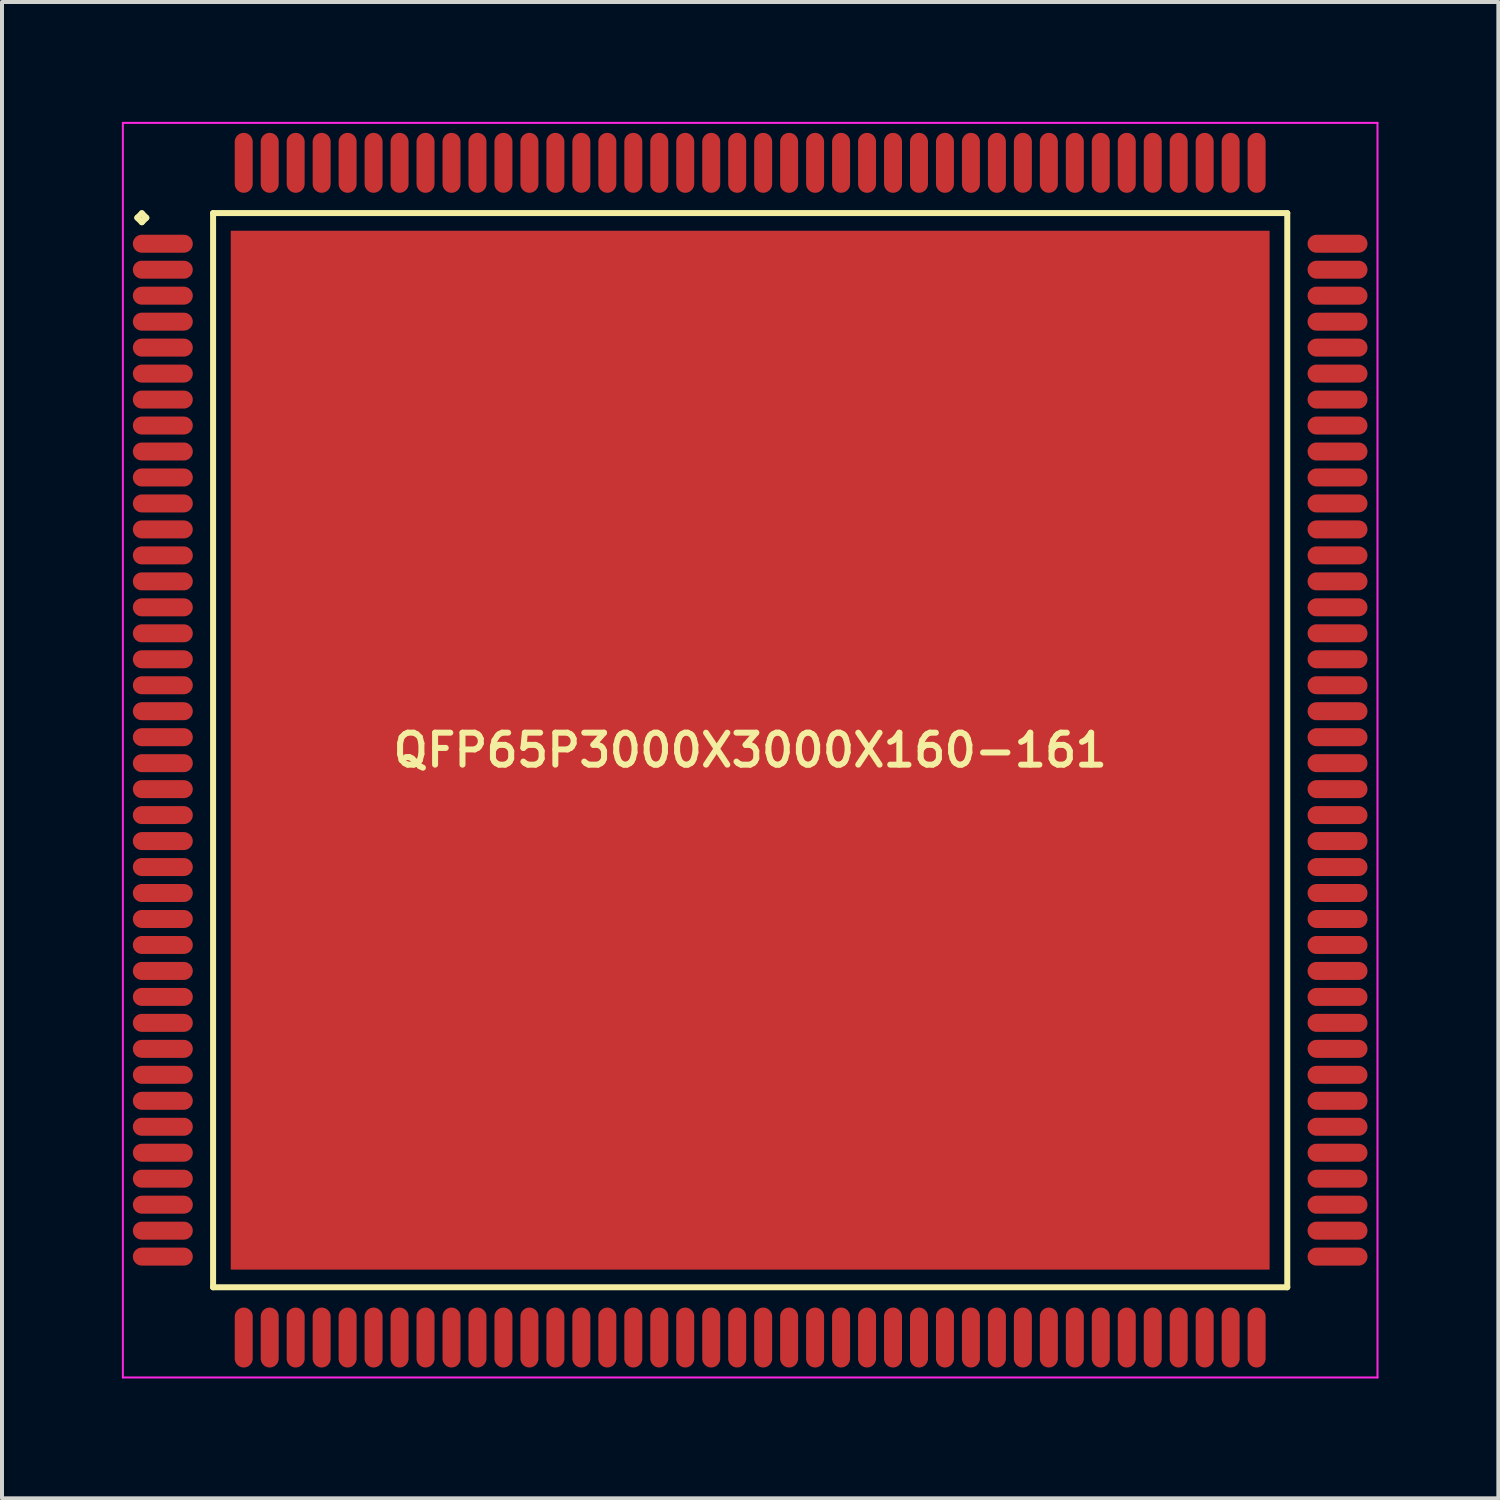
<source format=kicad_pcb>
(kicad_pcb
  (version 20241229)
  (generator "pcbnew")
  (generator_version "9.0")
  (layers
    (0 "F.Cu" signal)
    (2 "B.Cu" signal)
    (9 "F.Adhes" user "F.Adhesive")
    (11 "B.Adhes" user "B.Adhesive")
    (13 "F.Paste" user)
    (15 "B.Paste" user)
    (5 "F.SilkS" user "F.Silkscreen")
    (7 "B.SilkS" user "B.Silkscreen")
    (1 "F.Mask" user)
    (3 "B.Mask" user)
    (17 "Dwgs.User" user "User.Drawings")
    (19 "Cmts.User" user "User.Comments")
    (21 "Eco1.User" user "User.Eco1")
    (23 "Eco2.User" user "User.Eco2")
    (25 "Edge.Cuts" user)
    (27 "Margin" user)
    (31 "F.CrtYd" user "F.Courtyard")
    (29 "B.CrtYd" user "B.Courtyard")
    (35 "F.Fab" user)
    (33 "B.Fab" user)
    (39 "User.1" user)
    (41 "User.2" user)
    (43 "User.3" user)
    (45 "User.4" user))
  (footprint "QFP65P3000X3000X160-161"
    (layer "F.Cu")
    (at 15.725 15.725)
    (property "Reference" "QFP65P3000X3000X160-161" (at 0 0 0) (layer "F.SilkS") (effects (font (size 0.8 0.8) (thickness 0.15))))
    (attr smd)
    (fp_line (start -15.338 -13.325) (end -15.225 -13.438) (stroke (width 0.15) (type solid)) (layer "F.SilkS"))
    (fp_line (start -15.225 -13.438) (end -15.113 -13.325) (stroke (width 0.15) (type solid)) (layer "F.SilkS"))
    (fp_line (start -15.225 -13.213) (end -15.338 -13.325) (stroke (width 0.15) (type solid)) (layer "F.SilkS"))
    (fp_line (start -15.113 -13.325) (end -15.225 -13.213) (stroke (width 0.15) (type solid)) (layer "F.SilkS"))
    (fp_line (start -13.442 -13.442) (end -13.442 13.442) (stroke (width 0.15) (type solid)) (layer "F.SilkS"))
    (fp_line (start -13.442 13.442) (end 13.442 13.442) (stroke (width 0.15) (type solid)) (layer "F.SilkS"))
    (fp_line (start 13.442 -13.442) (end -13.442 -13.442) (stroke (width 0.15) (type solid)) (layer "F.SilkS"))
    (fp_line (start 13.442 13.442) (end 13.442 -13.442) (stroke (width 0.15) (type solid)) (layer "F.SilkS"))
    (fp_line (start -15.7 -15.7) (end 15.7 -15.7) (stroke (width 0.05) (type solid)) (layer "F.CrtYd"))
    (fp_line (start -15.7 15.7) (end -15.7 -15.7) (stroke (width 0.05) (type solid)) (layer "F.CrtYd"))
    (fp_line (start 15.7 -15.7) (end 15.7 15.7) (stroke (width 0.05) (type solid)) (layer "F.CrtYd"))
    (fp_line (start 15.7 15.7) (end -15.7 15.7) (stroke (width 0.05) (type solid)) (layer "F.CrtYd"))
    (pad "1" smd oval (at -14.7 -12.675) (size 1.5 0.45) (layers "F.Cu" "F.Mask" "F.Paste"))
    (pad "2" smd oval (at -14.7 -12.025) (size 1.5 0.45) (layers "F.Cu" "F.Mask" "F.Paste"))
    (pad "3" smd oval (at -14.7 -11.375) (size 1.5 0.45) (layers "F.Cu" "F.Mask" "F.Paste"))
    (pad "4" smd oval (at -14.7 -10.725) (size 1.5 0.45) (layers "F.Cu" "F.Mask" "F.Paste"))
    (pad "5" smd oval (at -14.7 -10.075) (size 1.5 0.45) (layers "F.Cu" "F.Mask" "F.Paste"))
    (pad "6" smd oval (at -14.7 -9.425) (size 1.5 0.45) (layers "F.Cu" "F.Mask" "F.Paste"))
    (pad "7" smd oval (at -14.7 -8.775) (size 1.5 0.45) (layers "F.Cu" "F.Mask" "F.Paste"))
    (pad "8" smd oval (at -14.7 -8.125) (size 1.5 0.45) (layers "F.Cu" "F.Mask" "F.Paste"))
    (pad "9" smd oval (at -14.7 -7.475) (size 1.5 0.45) (layers "F.Cu" "F.Mask" "F.Paste"))
    (pad "10" smd oval (at -14.7 -6.825) (size 1.5 0.45) (layers "F.Cu" "F.Mask" "F.Paste"))
    (pad "11" smd oval (at -14.7 -6.175) (size 1.5 0.45) (layers "F.Cu" "F.Mask" "F.Paste"))
    (pad "12" smd oval (at -14.7 -5.525) (size 1.5 0.45) (layers "F.Cu" "F.Mask" "F.Paste"))
    (pad "13" smd oval (at -14.7 -4.875) (size 1.5 0.45) (layers "F.Cu" "F.Mask" "F.Paste"))
    (pad "14" smd oval (at -14.7 -4.225) (size 1.5 0.45) (layers "F.Cu" "F.Mask" "F.Paste"))
    (pad "15" smd oval (at -14.7 -3.575) (size 1.5 0.45) (layers "F.Cu" "F.Mask" "F.Paste"))
    (pad "16" smd oval (at -14.7 -2.925) (size 1.5 0.45) (layers "F.Cu" "F.Mask" "F.Paste"))
    (pad "17" smd oval (at -14.7 -2.275) (size 1.5 0.45) (layers "F.Cu" "F.Mask" "F.Paste"))
    (pad "18" smd oval (at -14.7 -1.625) (size 1.5 0.45) (layers "F.Cu" "F.Mask" "F.Paste"))
    (pad "19" smd oval (at -14.7 -0.975) (size 1.5 0.45) (layers "F.Cu" "F.Mask" "F.Paste"))
    (pad "20" smd oval (at -14.7 -0.325) (size 1.5 0.45) (layers "F.Cu" "F.Mask" "F.Paste"))
    (pad "21" smd oval (at -14.7 0.325) (size 1.5 0.45) (layers "F.Cu" "F.Mask" "F.Paste"))
    (pad "22" smd oval (at -14.7 0.975) (size 1.5 0.45) (layers "F.Cu" "F.Mask" "F.Paste"))
    (pad "23" smd oval (at -14.7 1.625) (size 1.5 0.45) (layers "F.Cu" "F.Mask" "F.Paste"))
    (pad "24" smd oval (at -14.7 2.275) (size 1.5 0.45) (layers "F.Cu" "F.Mask" "F.Paste"))
    (pad "25" smd oval (at -14.7 2.925) (size 1.5 0.45) (layers "F.Cu" "F.Mask" "F.Paste"))
    (pad "26" smd oval (at -14.7 3.575) (size 1.5 0.45) (layers "F.Cu" "F.Mask" "F.Paste"))
    (pad "27" smd oval (at -14.7 4.225) (size 1.5 0.45) (layers "F.Cu" "F.Mask" "F.Paste"))
    (pad "28" smd oval (at -14.7 4.875) (size 1.5 0.45) (layers "F.Cu" "F.Mask" "F.Paste"))
    (pad "29" smd oval (at -14.7 5.525) (size 1.5 0.45) (layers "F.Cu" "F.Mask" "F.Paste"))
    (pad "30" smd oval (at -14.7 6.175) (size 1.5 0.45) (layers "F.Cu" "F.Mask" "F.Paste"))
    (pad "31" smd oval (at -14.7 6.825) (size 1.5 0.45) (layers "F.Cu" "F.Mask" "F.Paste"))
    (pad "32" smd oval (at -14.7 7.475) (size 1.5 0.45) (layers "F.Cu" "F.Mask" "F.Paste"))
    (pad "33" smd oval (at -14.7 8.125) (size 1.5 0.45) (layers "F.Cu" "F.Mask" "F.Paste"))
    (pad "34" smd oval (at -14.7 8.775) (size 1.5 0.45) (layers "F.Cu" "F.Mask" "F.Paste"))
    (pad "35" smd oval (at -14.7 9.425) (size 1.5 0.45) (layers "F.Cu" "F.Mask" "F.Paste"))
    (pad "36" smd oval (at -14.7 10.075) (size 1.5 0.45) (layers "F.Cu" "F.Mask" "F.Paste"))
    (pad "37" smd oval (at -14.7 10.725) (size 1.5 0.45) (layers "F.Cu" "F.Mask" "F.Paste"))
    (pad "38" smd oval (at -14.7 11.375) (size 1.5 0.45) (layers "F.Cu" "F.Mask" "F.Paste"))
    (pad "39" smd oval (at -14.7 12.025) (size 1.5 0.45) (layers "F.Cu" "F.Mask" "F.Paste"))
    (pad "40" smd oval (at -14.7 12.675) (size 1.5 0.45) (layers "F.Cu" "F.Mask" "F.Paste"))
    (pad "41" smd oval (at -12.675 14.7) (size 0.45 1.5) (layers "F.Cu" "F.Mask" "F.Paste"))
    (pad "42" smd oval (at -12.025 14.7) (size 0.45 1.5) (layers "F.Cu" "F.Mask" "F.Paste"))
    (pad "43" smd oval (at -11.375 14.7) (size 0.45 1.5) (layers "F.Cu" "F.Mask" "F.Paste"))
    (pad "44" smd oval (at -10.725 14.7) (size 0.45 1.5) (layers "F.Cu" "F.Mask" "F.Paste"))
    (pad "45" smd oval (at -10.075 14.7) (size 0.45 1.5) (layers "F.Cu" "F.Mask" "F.Paste"))
    (pad "46" smd oval (at -9.425 14.7) (size 0.45 1.5) (layers "F.Cu" "F.Mask" "F.Paste"))
    (pad "47" smd oval (at -8.775 14.7) (size 0.45 1.5) (layers "F.Cu" "F.Mask" "F.Paste"))
    (pad "48" smd oval (at -8.125 14.7) (size 0.45 1.5) (layers "F.Cu" "F.Mask" "F.Paste"))
    (pad "49" smd oval (at -7.475 14.7) (size 0.45 1.5) (layers "F.Cu" "F.Mask" "F.Paste"))
    (pad "50" smd oval (at -6.825 14.7) (size 0.45 1.5) (layers "F.Cu" "F.Mask" "F.Paste"))
    (pad "51" smd oval (at -6.175 14.7) (size 0.45 1.5) (layers "F.Cu" "F.Mask" "F.Paste"))
    (pad "52" smd oval (at -5.525 14.7) (size 0.45 1.5) (layers "F.Cu" "F.Mask" "F.Paste"))
    (pad "53" smd oval (at -4.875 14.7) (size 0.45 1.5) (layers "F.Cu" "F.Mask" "F.Paste"))
    (pad "54" smd oval (at -4.225 14.7) (size 0.45 1.5) (layers "F.Cu" "F.Mask" "F.Paste"))
    (pad "55" smd oval (at -3.575 14.7) (size 0.45 1.5) (layers "F.Cu" "F.Mask" "F.Paste"))
    (pad "56" smd oval (at -2.925 14.7) (size 0.45 1.5) (layers "F.Cu" "F.Mask" "F.Paste"))
    (pad "57" smd oval (at -2.275 14.7) (size 0.45 1.5) (layers "F.Cu" "F.Mask" "F.Paste"))
    (pad "58" smd oval (at -1.625 14.7) (size 0.45 1.5) (layers "F.Cu" "F.Mask" "F.Paste"))
    (pad "59" smd oval (at -0.975 14.7) (size 0.45 1.5) (layers "F.Cu" "F.Mask" "F.Paste"))
    (pad "60" smd oval (at -0.325 14.7) (size 0.45 1.5) (layers "F.Cu" "F.Mask" "F.Paste"))
    (pad "61" smd oval (at 0.325 14.7) (size 0.45 1.5) (layers "F.Cu" "F.Mask" "F.Paste"))
    (pad "62" smd oval (at 0.975 14.7) (size 0.45 1.5) (layers "F.Cu" "F.Mask" "F.Paste"))
    (pad "63" smd oval (at 1.625 14.7) (size 0.45 1.5) (layers "F.Cu" "F.Mask" "F.Paste"))
    (pad "64" smd oval (at 2.275 14.7) (size 0.45 1.5) (layers "F.Cu" "F.Mask" "F.Paste"))
    (pad "65" smd oval (at 2.925 14.7) (size 0.45 1.5) (layers "F.Cu" "F.Mask" "F.Paste"))
    (pad "66" smd oval (at 3.575 14.7) (size 0.45 1.5) (layers "F.Cu" "F.Mask" "F.Paste"))
    (pad "67" smd oval (at 4.225 14.7) (size 0.45 1.5) (layers "F.Cu" "F.Mask" "F.Paste"))
    (pad "68" smd oval (at 4.875 14.7) (size 0.45 1.5) (layers "F.Cu" "F.Mask" "F.Paste"))
    (pad "69" smd oval (at 5.525 14.7) (size 0.45 1.5) (layers "F.Cu" "F.Mask" "F.Paste"))
    (pad "70" smd oval (at 6.175 14.7) (size 0.45 1.5) (layers "F.Cu" "F.Mask" "F.Paste"))
    (pad "71" smd oval (at 6.825 14.7) (size 0.45 1.5) (layers "F.Cu" "F.Mask" "F.Paste"))
    (pad "72" smd oval (at 7.475 14.7) (size 0.45 1.5) (layers "F.Cu" "F.Mask" "F.Paste"))
    (pad "73" smd oval (at 8.125 14.7) (size 0.45 1.5) (layers "F.Cu" "F.Mask" "F.Paste"))
    (pad "74" smd oval (at 8.775 14.7) (size 0.45 1.5) (layers "F.Cu" "F.Mask" "F.Paste"))
    (pad "75" smd oval (at 9.425 14.7) (size 0.45 1.5) (layers "F.Cu" "F.Mask" "F.Paste"))
    (pad "76" smd oval (at 10.075 14.7) (size 0.45 1.5) (layers "F.Cu" "F.Mask" "F.Paste"))
    (pad "77" smd oval (at 10.725 14.7) (size 0.45 1.5) (layers "F.Cu" "F.Mask" "F.Paste"))
    (pad "78" smd oval (at 11.375 14.7) (size 0.45 1.5) (layers "F.Cu" "F.Mask" "F.Paste"))
    (pad "79" smd oval (at 12.025 14.7) (size 0.45 1.5) (layers "F.Cu" "F.Mask" "F.Paste"))
    (pad "80" smd oval (at 12.675 14.7) (size 0.45 1.5) (layers "F.Cu" "F.Mask" "F.Paste"))
    (pad "81" smd oval (at 14.7 12.675) (size 1.5 0.45) (layers "F.Cu" "F.Mask" "F.Paste"))
    (pad "82" smd oval (at 14.7 12.025) (size 1.5 0.45) (layers "F.Cu" "F.Mask" "F.Paste"))
    (pad "83" smd oval (at 14.7 11.375) (size 1.5 0.45) (layers "F.Cu" "F.Mask" "F.Paste"))
    (pad "84" smd oval (at 14.7 10.725) (size 1.5 0.45) (layers "F.Cu" "F.Mask" "F.Paste"))
    (pad "85" smd oval (at 14.7 10.075) (size 1.5 0.45) (layers "F.Cu" "F.Mask" "F.Paste"))
    (pad "86" smd oval (at 14.7 9.425) (size 1.5 0.45) (layers "F.Cu" "F.Mask" "F.Paste"))
    (pad "87" smd oval (at 14.7 8.775) (size 1.5 0.45) (layers "F.Cu" "F.Mask" "F.Paste"))
    (pad "88" smd oval (at 14.7 8.125) (size 1.5 0.45) (layers "F.Cu" "F.Mask" "F.Paste"))
    (pad "89" smd oval (at 14.7 7.475) (size 1.5 0.45) (layers "F.Cu" "F.Mask" "F.Paste"))
    (pad "90" smd oval (at 14.7 6.825) (size 1.5 0.45) (layers "F.Cu" "F.Mask" "F.Paste"))
    (pad "91" smd oval (at 14.7 6.175) (size 1.5 0.45) (layers "F.Cu" "F.Mask" "F.Paste"))
    (pad "92" smd oval (at 14.7 5.525) (size 1.5 0.45) (layers "F.Cu" "F.Mask" "F.Paste"))
    (pad "93" smd oval (at 14.7 4.875) (size 1.5 0.45) (layers "F.Cu" "F.Mask" "F.Paste"))
    (pad "94" smd oval (at 14.7 4.225) (size 1.5 0.45) (layers "F.Cu" "F.Mask" "F.Paste"))
    (pad "95" smd oval (at 14.7 3.575) (size 1.5 0.45) (layers "F.Cu" "F.Mask" "F.Paste"))
    (pad "96" smd oval (at 14.7 2.925) (size 1.5 0.45) (layers "F.Cu" "F.Mask" "F.Paste"))
    (pad "97" smd oval (at 14.7 2.275) (size 1.5 0.45) (layers "F.Cu" "F.Mask" "F.Paste"))
    (pad "98" smd oval (at 14.7 1.625) (size 1.5 0.45) (layers "F.Cu" "F.Mask" "F.Paste"))
    (pad "99" smd oval (at 14.7 0.975) (size 1.5 0.45) (layers "F.Cu" "F.Mask" "F.Paste"))
    (pad "100" smd oval (at 14.7 0.325) (size 1.5 0.45) (layers "F.Cu" "F.Mask" "F.Paste"))
    (pad "101" smd oval (at 14.7 -0.325) (size 1.5 0.45) (layers "F.Cu" "F.Mask" "F.Paste"))
    (pad "102" smd oval (at 14.7 -0.975) (size 1.5 0.45) (layers "F.Cu" "F.Mask" "F.Paste"))
    (pad "103" smd oval (at 14.7 -1.625) (size 1.5 0.45) (layers "F.Cu" "F.Mask" "F.Paste"))
    (pad "104" smd oval (at 14.7 -2.275) (size 1.5 0.45) (layers "F.Cu" "F.Mask" "F.Paste"))
    (pad "105" smd oval (at 14.7 -2.925) (size 1.5 0.45) (layers "F.Cu" "F.Mask" "F.Paste"))
    (pad "106" smd oval (at 14.7 -3.575) (size 1.5 0.45) (layers "F.Cu" "F.Mask" "F.Paste"))
    (pad "107" smd oval (at 14.7 -4.225) (size 1.5 0.45) (layers "F.Cu" "F.Mask" "F.Paste"))
    (pad "108" smd oval (at 14.7 -4.875) (size 1.5 0.45) (layers "F.Cu" "F.Mask" "F.Paste"))
    (pad "109" smd oval (at 14.7 -5.525) (size 1.5 0.45) (layers "F.Cu" "F.Mask" "F.Paste"))
    (pad "110" smd oval (at 14.7 -6.175) (size 1.5 0.45) (layers "F.Cu" "F.Mask" "F.Paste"))
    (pad "111" smd oval (at 14.7 -6.825) (size 1.5 0.45) (layers "F.Cu" "F.Mask" "F.Paste"))
    (pad "112" smd oval (at 14.7 -7.475) (size 1.5 0.45) (layers "F.Cu" "F.Mask" "F.Paste"))
    (pad "113" smd oval (at 14.7 -8.125) (size 1.5 0.45) (layers "F.Cu" "F.Mask" "F.Paste"))
    (pad "114" smd oval (at 14.7 -8.775) (size 1.5 0.45) (layers "F.Cu" "F.Mask" "F.Paste"))
    (pad "115" smd oval (at 14.7 -9.425) (size 1.5 0.45) (layers "F.Cu" "F.Mask" "F.Paste"))
    (pad "116" smd oval (at 14.7 -10.075) (size 1.5 0.45) (layers "F.Cu" "F.Mask" "F.Paste"))
    (pad "117" smd oval (at 14.7 -10.725) (size 1.5 0.45) (layers "F.Cu" "F.Mask" "F.Paste"))
    (pad "118" smd oval (at 14.7 -11.375) (size 1.5 0.45) (layers "F.Cu" "F.Mask" "F.Paste"))
    (pad "119" smd oval (at 14.7 -12.025) (size 1.5 0.45) (layers "F.Cu" "F.Mask" "F.Paste"))
    (pad "120" smd oval (at 14.7 -12.675) (size 1.5 0.45) (layers "F.Cu" "F.Mask" "F.Paste"))
    (pad "121" smd oval (at 12.675 -14.7) (size 0.45 1.5) (layers "F.Cu" "F.Mask" "F.Paste"))
    (pad "122" smd oval (at 12.025 -14.7) (size 0.45 1.5) (layers "F.Cu" "F.Mask" "F.Paste"))
    (pad "123" smd oval (at 11.375 -14.7) (size 0.45 1.5) (layers "F.Cu" "F.Mask" "F.Paste"))
    (pad "124" smd oval (at 10.725 -14.7) (size 0.45 1.5) (layers "F.Cu" "F.Mask" "F.Paste"))
    (pad "125" smd oval (at 10.075 -14.7) (size 0.45 1.5) (layers "F.Cu" "F.Mask" "F.Paste"))
    (pad "126" smd oval (at 9.425 -14.7) (size 0.45 1.5) (layers "F.Cu" "F.Mask" "F.Paste"))
    (pad "127" smd oval (at 8.775 -14.7) (size 0.45 1.5) (layers "F.Cu" "F.Mask" "F.Paste"))
    (pad "128" smd oval (at 8.125 -14.7) (size 0.45 1.5) (layers "F.Cu" "F.Mask" "F.Paste"))
    (pad "129" smd oval (at 7.475 -14.7) (size 0.45 1.5) (layers "F.Cu" "F.Mask" "F.Paste"))
    (pad "130" smd oval (at 6.825 -14.7) (size 0.45 1.5) (layers "F.Cu" "F.Mask" "F.Paste"))
    (pad "131" smd oval (at 6.175 -14.7) (size 0.45 1.5) (layers "F.Cu" "F.Mask" "F.Paste"))
    (pad "132" smd oval (at 5.525 -14.7) (size 0.45 1.5) (layers "F.Cu" "F.Mask" "F.Paste"))
    (pad "133" smd oval (at 4.875 -14.7) (size 0.45 1.5) (layers "F.Cu" "F.Mask" "F.Paste"))
    (pad "134" smd oval (at 4.225 -14.7) (size 0.45 1.5) (layers "F.Cu" "F.Mask" "F.Paste"))
    (pad "135" smd oval (at 3.575 -14.7) (size 0.45 1.5) (layers "F.Cu" "F.Mask" "F.Paste"))
    (pad "136" smd oval (at 2.925 -14.7) (size 0.45 1.5) (layers "F.Cu" "F.Mask" "F.Paste"))
    (pad "137" smd oval (at 2.275 -14.7) (size 0.45 1.5) (layers "F.Cu" "F.Mask" "F.Paste"))
    (pad "138" smd oval (at 1.625 -14.7) (size 0.45 1.5) (layers "F.Cu" "F.Mask" "F.Paste"))
    (pad "139" smd oval (at 0.975 -14.7) (size 0.45 1.5) (layers "F.Cu" "F.Mask" "F.Paste"))
    (pad "140" smd oval (at 0.325 -14.7) (size 0.45 1.5) (layers "F.Cu" "F.Mask" "F.Paste"))
    (pad "141" smd oval (at -0.325 -14.7) (size 0.45 1.5) (layers "F.Cu" "F.Mask" "F.Paste"))
    (pad "142" smd oval (at -0.975 -14.7) (size 0.45 1.5) (layers "F.Cu" "F.Mask" "F.Paste"))
    (pad "143" smd oval (at -1.625 -14.7) (size 0.45 1.5) (layers "F.Cu" "F.Mask" "F.Paste"))
    (pad "144" smd oval (at -2.275 -14.7) (size 0.45 1.5) (layers "F.Cu" "F.Mask" "F.Paste"))
    (pad "145" smd oval (at -2.925 -14.7) (size 0.45 1.5) (layers "F.Cu" "F.Mask" "F.Paste"))
    (pad "146" smd oval (at -3.575 -14.7) (size 0.45 1.5) (layers "F.Cu" "F.Mask" "F.Paste"))
    (pad "147" smd oval (at -4.225 -14.7) (size 0.45 1.5) (layers "F.Cu" "F.Mask" "F.Paste"))
    (pad "148" smd oval (at -4.875 -14.7) (size 0.45 1.5) (layers "F.Cu" "F.Mask" "F.Paste"))
    (pad "149" smd oval (at -5.525 -14.7) (size 0.45 1.5) (layers "F.Cu" "F.Mask" "F.Paste"))
    (pad "150" smd oval (at -6.175 -14.7) (size 0.45 1.5) (layers "F.Cu" "F.Mask" "F.Paste"))
    (pad "151" smd oval (at -6.825 -14.7) (size 0.45 1.5) (layers "F.Cu" "F.Mask" "F.Paste"))
    (pad "152" smd oval (at -7.475 -14.7) (size 0.45 1.5) (layers "F.Cu" "F.Mask" "F.Paste"))
    (pad "153" smd oval (at -8.125 -14.7) (size 0.45 1.5) (layers "F.Cu" "F.Mask" "F.Paste"))
    (pad "154" smd oval (at -8.775 -14.7) (size 0.45 1.5) (layers "F.Cu" "F.Mask" "F.Paste"))
    (pad "155" smd oval (at -9.425 -14.7) (size 0.45 1.5) (layers "F.Cu" "F.Mask" "F.Paste"))
    (pad "156" smd oval (at -10.075 -14.7) (size 0.45 1.5) (layers "F.Cu" "F.Mask" "F.Paste"))
    (pad "157" smd oval (at -10.725 -14.7) (size 0.45 1.5) (layers "F.Cu" "F.Mask" "F.Paste"))
    (pad "158" smd oval (at -11.375 -14.7) (size 0.45 1.5) (layers "F.Cu" "F.Mask" "F.Paste"))
    (pad "159" smd oval (at -12.025 -14.7) (size 0.45 1.5) (layers "F.Cu" "F.Mask" "F.Paste"))
    (pad "160" smd oval (at -12.675 -14.7) (size 0.45 1.5) (layers "F.Cu" "F.Mask" "F.Paste"))
    (pad "161" smd rect (at 0 0) (size 26 26) (layers "F.Cu" "F.Mask" "F.Paste")))
  (gr_rect
    (start -3 -3)
    (end 34.45 34.45)
    (stroke (width 0.1) (type default))
    (fill no)
    (layer "Edge.Cuts")))
</source>
